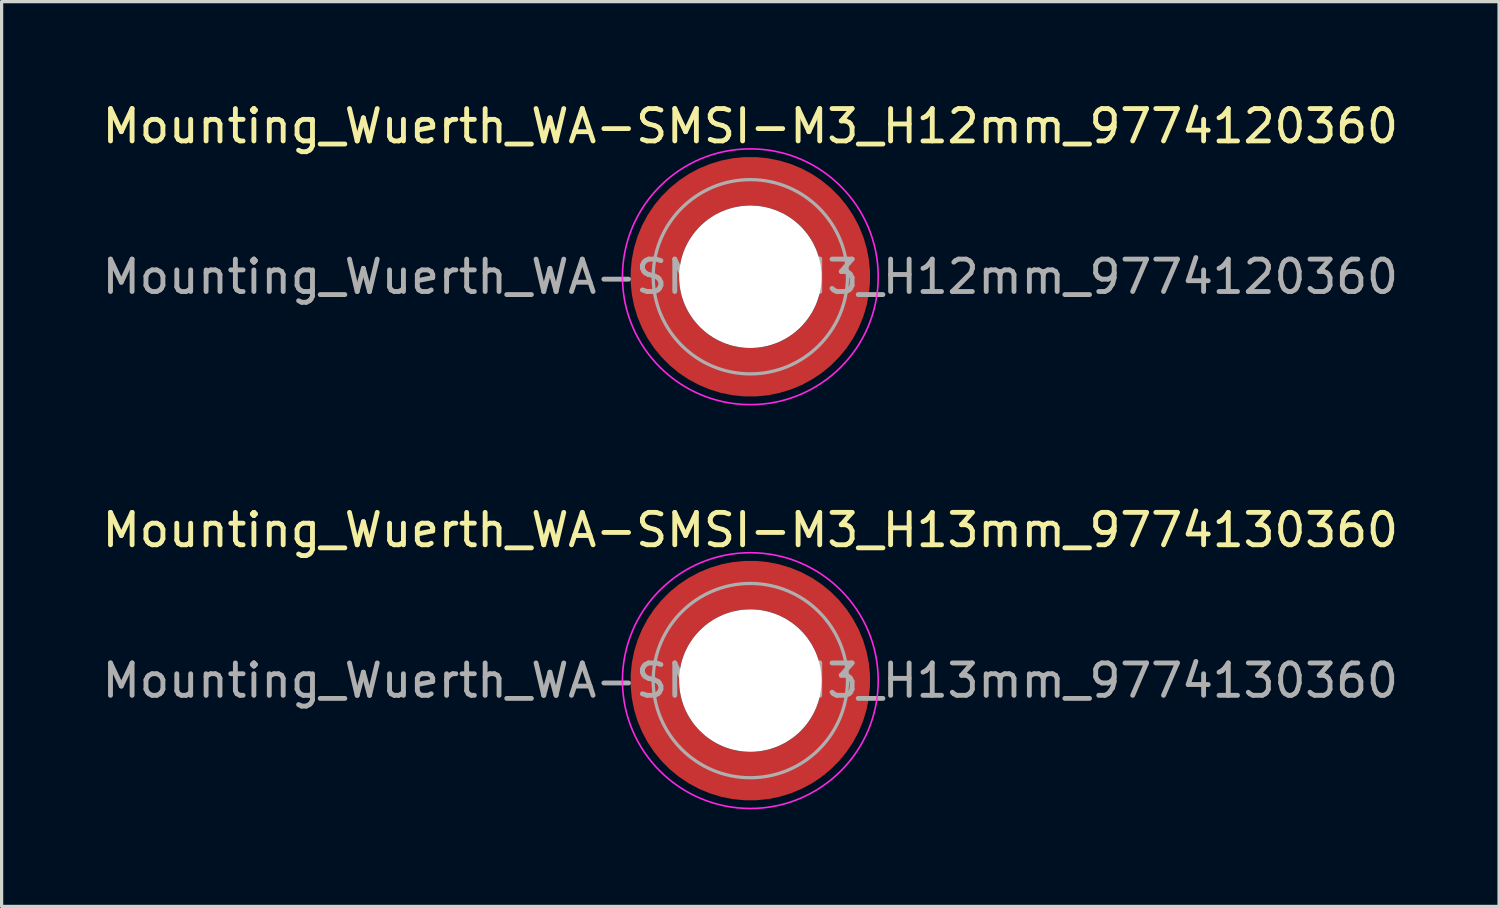
<source format=kicad_pcb>
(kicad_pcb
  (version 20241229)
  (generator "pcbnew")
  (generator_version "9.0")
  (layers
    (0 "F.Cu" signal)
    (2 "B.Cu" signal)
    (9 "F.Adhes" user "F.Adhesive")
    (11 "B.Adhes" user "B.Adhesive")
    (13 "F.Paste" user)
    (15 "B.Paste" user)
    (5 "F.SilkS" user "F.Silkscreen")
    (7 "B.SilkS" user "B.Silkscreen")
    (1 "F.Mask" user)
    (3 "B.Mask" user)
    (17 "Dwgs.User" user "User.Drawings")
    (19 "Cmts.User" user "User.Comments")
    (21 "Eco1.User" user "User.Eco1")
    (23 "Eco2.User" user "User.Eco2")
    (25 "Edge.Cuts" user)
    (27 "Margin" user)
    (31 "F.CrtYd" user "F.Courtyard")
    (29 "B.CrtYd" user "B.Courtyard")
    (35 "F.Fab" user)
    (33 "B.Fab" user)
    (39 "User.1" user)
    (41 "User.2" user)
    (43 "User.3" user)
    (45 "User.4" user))
  (footprint "Mounting_Wuerth_WA-SMSI-M3_H13mm_9774130360"
    (layer "F.Cu")
    (at 20.125 17.971)
    (property "Reference" "Mounting_Wuerth_WA-SMSI-M3_H13mm_9774130360" (at 0 -4.65 0) (layer "F.SilkS") (effects (font (size 1 1) (thickness 0.15))))
    (attr smd allow_soldermask_bridges)
    (fp_circle (center 0 0) (end 3.95 0) (stroke (width 0.05) (type solid)) (fill no) (layer "F.CrtYd"))
    (fp_circle (center 0 0) (end 3 0) (stroke (width 0.1) (type solid)) (fill no) (layer "F.Fab"))
    (fp_text user "${REFERENCE}" (at 0 0 0) (layer "F.Fab") (effects (font (size 1 1) (thickness 0.15))))
    (pad "" smd custom (at -2.058 -2.058) (size 0.55 0.55) (layers "F.Paste") (options (anchor circle)) (primitives (gr_arc (start -0.377294 1.707681) (mid 0.318198 0.318198) (end 1.707681 -0.377294) (width 0.2)) (gr_arc (start -0.478281 1.707681) (mid 0.247487 0.247487) (end 1.707681 -0.478281) (width 0.2)) (gr_arc (start -0.579192 1.707681) (mid 0.176777 0.176777) (end 1.707681 -0.579192) (width 0.2)) (gr_arc (start -0.680037 1.707681) (mid 0.106066 0.106066) (end 1.707681 -0.680037) (width 0.2)) (gr_arc (start -0.780822 1.707681) (mid 0.035355 0.035355) (end 1.707681 -0.780822) (width 0.2)) (gr_arc (start -0.881554 1.707681) (mid -0.035355 -0.035355) (end 1.707681 -0.881554) (width 0.2)) (gr_arc (start -0.982237 1.707681) (mid -0.106066 -0.106066) (end 1.707681 -0.982237) (width 0.2)) (gr_arc (start -1.082877 1.707681) (mid -0.176777 -0.176777) (end 1.707681 -1.082877) (width 0.2)) (gr_arc (start -1.183476 1.707681) (mid -0.247487 -0.247487) (end 1.707681 -1.183476) (width 0.2)) (gr_arc (start -1.28404 1.707681) (mid -0.318198 -0.318198) (end 1.707681 -1.28404) (width 0.2)) (gr_line (start 1.708 -0.377) (end 1.708 -1.284) (width 0.2)) (gr_line (start -0.377 1.708) (end -1.284 1.708) (width 0.2))))
    (pad "" smd custom (at -2.058 2.058) (size 0.55 0.55) (layers "F.Paste") (options (anchor circle)) (primitives (gr_arc (start 1.707681 0.377294) (mid 0.318198 -0.318198) (end -0.377294 -1.707681) (width 0.2)) (gr_arc (start 1.707681 0.478281) (mid 0.247487 -0.247487) (end -0.478281 -1.707681) (width 0.2)) (gr_arc (start 1.707681 0.579192) (mid 0.176777 -0.176777) (end -0.579192 -1.707681) (width 0.2)) (gr_arc (start 1.707681 0.680037) (mid 0.106066 -0.106066) (end -0.680037 -1.707681) (width 0.2)) (gr_arc (start 1.707681 0.780822) (mid 0.035355 -0.035355) (end -0.780822 -1.707681) (width 0.2)) (gr_arc (start 1.707681 0.881554) (mid -0.035355 0.035355) (end -0.881554 -1.707681) (width 0.2)) (gr_arc (start 1.707681 0.982237) (mid -0.106066 0.106066) (end -0.982237 -1.707681) (width 0.2)) (gr_arc (start 1.707681 1.082877) (mid -0.176777 0.176777) (end -1.082877 -1.707681) (width 0.2)) (gr_arc (start 1.707681 1.183476) (mid -0.247487 0.247487) (end -1.183476 -1.707681) (width 0.2)) (gr_arc (start 1.707681 1.28404) (mid -0.318198 0.318198) (end -1.28404 -1.707681) (width 0.2)) (gr_line (start -0.377 -1.708) (end -1.284 -1.708) (width 0.2)) (gr_line (start 1.708 0.377) (end 1.708 1.284) (width 0.2))))
    (pad "" np_thru_hole circle (at 0 0) (size 4.4 4.4) (drill 4.4) (layers "*.Cu" "*.Mask"))
    (pad "" smd custom (at 2.058 -2.058) (size 0.55 0.55) (layers "F.Paste") (options (anchor circle)) (primitives (gr_arc (start -1.707681 -0.377294) (mid -0.318198 0.318198) (end 0.377294 1.707681) (width 0.2)) (gr_arc (start -1.707681 -0.478281) (mid -0.247487 0.247487) (end 0.478281 1.707681) (width 0.2)) (gr_arc (start -1.707681 -0.579192) (mid -0.176777 0.176777) (end 0.579192 1.707681) (width 0.2)) (gr_arc (start -1.707681 -0.680037) (mid -0.106066 0.106066) (end 0.680037 1.707681) (width 0.2)) (gr_arc (start -1.707681 -0.780822) (mid -0.035355 0.035355) (end 0.780822 1.707681) (width 0.2)) (gr_arc (start -1.707681 -0.881554) (mid 0.035355 -0.035355) (end 0.881554 1.707681) (width 0.2)) (gr_arc (start -1.707681 -0.982237) (mid 0.106066 -0.106066) (end 0.982237 1.707681) (width 0.2)) (gr_arc (start -1.707681 -1.082877) (mid 0.176777 -0.176777) (end 1.082877 1.707681) (width 0.2)) (gr_arc (start -1.707681 -1.183476) (mid 0.247487 -0.247487) (end 1.183476 1.707681) (width 0.2)) (gr_arc (start -1.707681 -1.28404) (mid 0.318198 -0.318198) (end 1.28404 1.707681) (width 0.2)) (gr_line (start 0.377 1.708) (end 1.284 1.708) (width 0.2)) (gr_line (start -1.708 -0.377) (end -1.708 -1.284) (width 0.2))))
    (pad "" smd custom (at 2.058 2.058) (size 0.55 0.55) (layers "F.Paste") (options (anchor circle)) (primitives (gr_arc (start 0.377294 -1.707681) (mid -0.318198 -0.318198) (end -1.707681 0.377294) (width 0.2)) (gr_arc (start 0.478281 -1.707681) (mid -0.247487 -0.247487) (end -1.707681 0.478281) (width 0.2)) (gr_arc (start 0.579192 -1.707681) (mid -0.176777 -0.176777) (end -1.707681 0.579192) (width 0.2)) (gr_arc (start 0.680037 -1.707681) (mid -0.106066 -0.106066) (end -1.707681 0.680037) (width 0.2)) (gr_arc (start 0.780822 -1.707681) (mid -0.035355 -0.035355) (end -1.707681 0.780822) (width 0.2)) (gr_arc (start 0.881554 -1.707681) (mid 0.035355 0.035355) (end -1.707681 0.881554) (width 0.2)) (gr_arc (start 0.982237 -1.707681) (mid 0.106066 0.106066) (end -1.707681 0.982237) (width 0.2)) (gr_arc (start 1.082877 -1.707681) (mid 0.176777 0.176777) (end -1.707681 1.082877) (width 0.2)) (gr_arc (start 1.183476 -1.707681) (mid 0.247487 0.247487) (end -1.707681 1.183476) (width 0.2)) (gr_arc (start 1.28404 -1.707681) (mid 0.318198 0.318198) (end -1.707681 1.28404) (width 0.2)) (gr_line (start -1.708 0.377) (end -1.708 1.284) (width 0.2)) (gr_line (start 0.377 -1.708) (end 1.284 -1.708) (width 0.2))))
    (pad "1" smd circle (at -2.95 0) (size 0.992 0.992) (layers "F.Cu"))
    (pad "1" smd circle (at 0 -2.95) (size 0.992 0.992) (layers "F.Cu"))
    (pad "1" smd circle (at 0 2.95) (size 0.992 0.992) (layers "F.Cu"))
    (pad "1" smd custom (at 2.95 0) (size 1.5 1.5) (layers "F.Cu" "F.Mask") (options (anchor circle)) (primitives (gr_circle (center -2.95 0) (end 0 0) (width 1.5) (fill no)))))
  (footprint "Mounting_Wuerth_WA-SMSI-M3_H12mm_9774120360"
    (layer "F.Cu")
    (at 20.125 5.498)
    (property "Reference" "Mounting_Wuerth_WA-SMSI-M3_H12mm_9774120360" (at 0 -4.65 0) (layer "F.SilkS") (effects (font (size 1 1) (thickness 0.15))))
    (attr smd allow_soldermask_bridges)
    (fp_circle (center 0 0) (end 3.95 0) (stroke (width 0.05) (type solid)) (fill no) (layer "F.CrtYd"))
    (fp_circle (center 0 0) (end 3 0) (stroke (width 0.1) (type solid)) (fill no) (layer "F.Fab"))
    (fp_text user "${REFERENCE}" (at 0 0 0) (layer "F.Fab") (effects (font (size 1 1) (thickness 0.15))))
    (pad "" smd custom (at -2.058 -2.058) (size 0.55 0.55) (layers "F.Paste") (options (anchor circle)) (primitives (gr_arc (start -0.377294 1.707681) (mid 0.318198 0.318198) (end 1.707681 -0.377294) (width 0.2)) (gr_arc (start -0.478281 1.707681) (mid 0.247487 0.247487) (end 1.707681 -0.478281) (width 0.2)) (gr_arc (start -0.579192 1.707681) (mid 0.176777 0.176777) (end 1.707681 -0.579192) (width 0.2)) (gr_arc (start -0.680037 1.707681) (mid 0.106066 0.106066) (end 1.707681 -0.680037) (width 0.2)) (gr_arc (start -0.780822 1.707681) (mid 0.035355 0.035355) (end 1.707681 -0.780822) (width 0.2)) (gr_arc (start -0.881554 1.707681) (mid -0.035355 -0.035355) (end 1.707681 -0.881554) (width 0.2)) (gr_arc (start -0.982237 1.707681) (mid -0.106066 -0.106066) (end 1.707681 -0.982237) (width 0.2)) (gr_arc (start -1.082877 1.707681) (mid -0.176777 -0.176777) (end 1.707681 -1.082877) (width 0.2)) (gr_arc (start -1.183476 1.707681) (mid -0.247487 -0.247487) (end 1.707681 -1.183476) (width 0.2)) (gr_arc (start -1.28404 1.707681) (mid -0.318198 -0.318198) (end 1.707681 -1.28404) (width 0.2)) (gr_line (start 1.708 -0.377) (end 1.708 -1.284) (width 0.2)) (gr_line (start -0.377 1.708) (end -1.284 1.708) (width 0.2))))
    (pad "" smd custom (at -2.058 2.058) (size 0.55 0.55) (layers "F.Paste") (options (anchor circle)) (primitives (gr_arc (start 1.707681 0.377294) (mid 0.318198 -0.318198) (end -0.377294 -1.707681) (width 0.2)) (gr_arc (start 1.707681 0.478281) (mid 0.247487 -0.247487) (end -0.478281 -1.707681) (width 0.2)) (gr_arc (start 1.707681 0.579192) (mid 0.176777 -0.176777) (end -0.579192 -1.707681) (width 0.2)) (gr_arc (start 1.707681 0.680037) (mid 0.106066 -0.106066) (end -0.680037 -1.707681) (width 0.2)) (gr_arc (start 1.707681 0.780822) (mid 0.035355 -0.035355) (end -0.780822 -1.707681) (width 0.2)) (gr_arc (start 1.707681 0.881554) (mid -0.035355 0.035355) (end -0.881554 -1.707681) (width 0.2)) (gr_arc (start 1.707681 0.982237) (mid -0.106066 0.106066) (end -0.982237 -1.707681) (width 0.2)) (gr_arc (start 1.707681 1.082877) (mid -0.176777 0.176777) (end -1.082877 -1.707681) (width 0.2)) (gr_arc (start 1.707681 1.183476) (mid -0.247487 0.247487) (end -1.183476 -1.707681) (width 0.2)) (gr_arc (start 1.707681 1.28404) (mid -0.318198 0.318198) (end -1.28404 -1.707681) (width 0.2)) (gr_line (start -0.377 -1.708) (end -1.284 -1.708) (width 0.2)) (gr_line (start 1.708 0.377) (end 1.708 1.284) (width 0.2))))
    (pad "" np_thru_hole circle (at 0 0) (size 4.4 4.4) (drill 4.4) (layers "*.Cu" "*.Mask"))
    (pad "" smd custom (at 2.058 -2.058) (size 0.55 0.55) (layers "F.Paste") (options (anchor circle)) (primitives (gr_arc (start -1.707681 -0.377294) (mid -0.318198 0.318198) (end 0.377294 1.707681) (width 0.2)) (gr_arc (start -1.707681 -0.478281) (mid -0.247487 0.247487) (end 0.478281 1.707681) (width 0.2)) (gr_arc (start -1.707681 -0.579192) (mid -0.176777 0.176777) (end 0.579192 1.707681) (width 0.2)) (gr_arc (start -1.707681 -0.680037) (mid -0.106066 0.106066) (end 0.680037 1.707681) (width 0.2)) (gr_arc (start -1.707681 -0.780822) (mid -0.035355 0.035355) (end 0.780822 1.707681) (width 0.2)) (gr_arc (start -1.707681 -0.881554) (mid 0.035355 -0.035355) (end 0.881554 1.707681) (width 0.2)) (gr_arc (start -1.707681 -0.982237) (mid 0.106066 -0.106066) (end 0.982237 1.707681) (width 0.2)) (gr_arc (start -1.707681 -1.082877) (mid 0.176777 -0.176777) (end 1.082877 1.707681) (width 0.2)) (gr_arc (start -1.707681 -1.183476) (mid 0.247487 -0.247487) (end 1.183476 1.707681) (width 0.2)) (gr_arc (start -1.707681 -1.28404) (mid 0.318198 -0.318198) (end 1.28404 1.707681) (width 0.2)) (gr_line (start 0.377 1.708) (end 1.284 1.708) (width 0.2)) (gr_line (start -1.708 -0.377) (end -1.708 -1.284) (width 0.2))))
    (pad "" smd custom (at 2.058 2.058) (size 0.55 0.55) (layers "F.Paste") (options (anchor circle)) (primitives (gr_arc (start 0.377294 -1.707681) (mid -0.318198 -0.318198) (end -1.707681 0.377294) (width 0.2)) (gr_arc (start 0.478281 -1.707681) (mid -0.247487 -0.247487) (end -1.707681 0.478281) (width 0.2)) (gr_arc (start 0.579192 -1.707681) (mid -0.176777 -0.176777) (end -1.707681 0.579192) (width 0.2)) (gr_arc (start 0.680037 -1.707681) (mid -0.106066 -0.106066) (end -1.707681 0.680037) (width 0.2)) (gr_arc (start 0.780822 -1.707681) (mid -0.035355 -0.035355) (end -1.707681 0.780822) (width 0.2)) (gr_arc (start 0.881554 -1.707681) (mid 0.035355 0.035355) (end -1.707681 0.881554) (width 0.2)) (gr_arc (start 0.982237 -1.707681) (mid 0.106066 0.106066) (end -1.707681 0.982237) (width 0.2)) (gr_arc (start 1.082877 -1.707681) (mid 0.176777 0.176777) (end -1.707681 1.082877) (width 0.2)) (gr_arc (start 1.183476 -1.707681) (mid 0.247487 0.247487) (end -1.707681 1.183476) (width 0.2)) (gr_arc (start 1.28404 -1.707681) (mid 0.318198 0.318198) (end -1.707681 1.28404) (width 0.2)) (gr_line (start -1.708 0.377) (end -1.708 1.284) (width 0.2)) (gr_line (start 0.377 -1.708) (end 1.284 -1.708) (width 0.2))))
    (pad "1" smd circle (at -2.95 0) (size 0.992 0.992) (layers "F.Cu"))
    (pad "1" smd circle (at 0 -2.95) (size 0.992 0.992) (layers "F.Cu"))
    (pad "1" smd circle (at 0 2.95) (size 0.992 0.992) (layers "F.Cu"))
    (pad "1" smd custom (at 2.95 0) (size 1.5 1.5) (layers "F.Cu" "F.Mask") (options (anchor circle)) (primitives (gr_circle (center -2.95 0) (end 0 0) (width 1.5) (fill no)))))
  (gr_rect
    (start -3 -3)
    (end 43.25 24.947)
    (stroke (width 0.1) (type default))
    (fill no)
    (layer "Edge.Cuts")))
</source>
